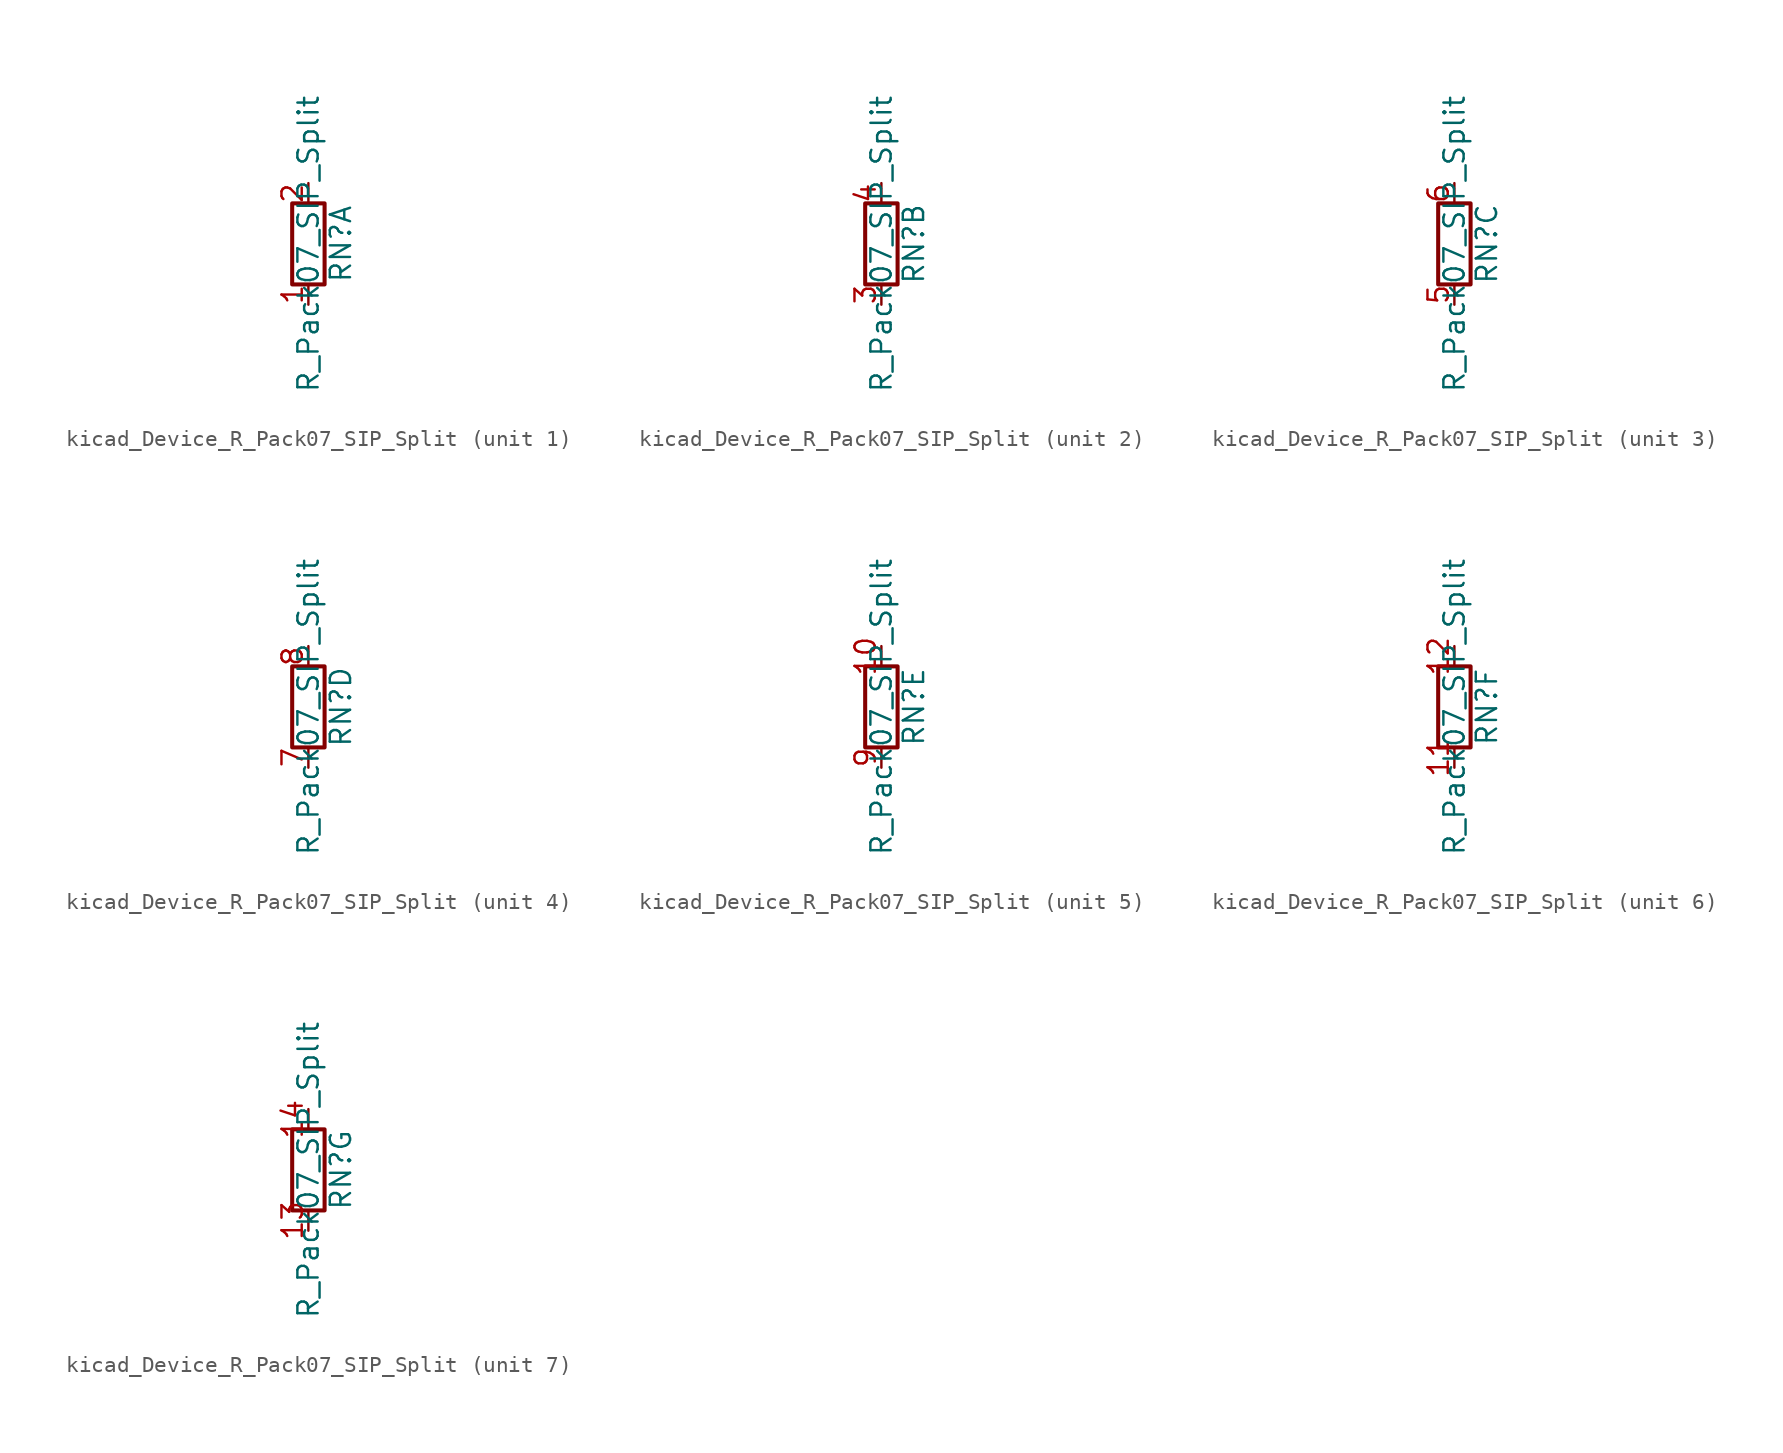
<source format=kicad_sym>
(kicad_symbol_lib
  (version 20220914)
  (generator kicad_symbol_editor)
  (symbol "kicad_Device_R_Pack07_SIP_Split"
    (pin_names
      (offset 0) hide)
    (property "Reference" "RN"
      (at 2.032 0 90)
      (effects (font (size 1.27 1.27))))
    (property "Value" "R_Pack07_SIP_Split"
      (at 0 0 90)
      (effects (font (size 1.27 1.27))))
    (symbol "kicad_Device_R_Pack07_SIP_Split_0_1"
      (rectangle (start 1.016 2.54) (end -1.016 -2.54) (stroke (width 0.254) (type default)) (fill (type none))))
    (symbol "kicad_Device_R_Pack07_SIP_Split_1_1"
      (pin passive line (at 0 -3.81 90) (length 1.27) (name "R1.1" (effects (font (size 1.27 1.27)))) (number "1" (effects (font (size 1.27 1.27)))))
      (pin passive line (at 0 3.81 270) (length 1.27) (name "R1.2" (effects (font (size 1.27 1.27)))) (number "2" (effects (font (size 1.27 1.27))))))
    (symbol "kicad_Device_R_Pack07_SIP_Split_2_1"
      (pin passive line (at 0 -3.81 90) (length 1.27) (name "R2.1" (effects (font (size 1.27 1.27)))) (number "3" (effects (font (size 1.27 1.27)))))
      (pin passive line (at 0 3.81 270) (length 1.27) (name "R2.2" (effects (font (size 1.27 1.27)))) (number "4" (effects (font (size 1.27 1.27))))))
    (symbol "kicad_Device_R_Pack07_SIP_Split_3_1"
      (pin passive line (at 0 -3.81 90) (length 1.27) (name "R3.1" (effects (font (size 1.27 1.27)))) (number "5" (effects (font (size 1.27 1.27)))))
      (pin passive line (at 0 3.81 270) (length 1.27) (name "R3.2" (effects (font (size 1.27 1.27)))) (number "6" (effects (font (size 1.27 1.27))))))
    (symbol "kicad_Device_R_Pack07_SIP_Split_4_1"
      (pin passive line (at 0 -3.81 90) (length 1.27) (name "R4.1" (effects (font (size 1.27 1.27)))) (number "7" (effects (font (size 1.27 1.27)))))
      (pin passive line (at 0 3.81 270) (length 1.27) (name "R4.2" (effects (font (size 1.27 1.27)))) (number "8" (effects (font (size 1.27 1.27))))))
    (symbol "kicad_Device_R_Pack07_SIP_Split_5_1"
      (pin passive line (at 0 3.81 270) (length 1.27) (name "R5.2" (effects (font (size 1.27 1.27)))) (number "10" (effects (font (size 1.27 1.27)))))
      (pin passive line (at 0 -3.81 90) (length 1.27) (name "R5.1" (effects (font (size 1.27 1.27)))) (number "9" (effects (font (size 1.27 1.27))))))
    (symbol "kicad_Device_R_Pack07_SIP_Split_6_1"
      (pin passive line (at 0 -3.81 90) (length 1.27) (name "R6.1" (effects (font (size 1.27 1.27)))) (number "11" (effects (font (size 1.27 1.27)))))
      (pin passive line (at 0 3.81 270) (length 1.27) (name "R6.2" (effects (font (size 1.27 1.27)))) (number "12" (effects (font (size 1.27 1.27))))))
    (symbol "kicad_Device_R_Pack07_SIP_Split_7_1"
      (pin passive line (at 0 -3.81 90) (length 1.27) (name "R7.1" (effects (font (size 1.27 1.27)))) (number "13" (effects (font (size 1.27 1.27)))))
      (pin passive line (at 0 3.81 270) (length 1.27) (name "R7.2" (effects (font (size 1.27 1.27)))) (number "14" (effects (font (size 1.27 1.27))))))))
</source>
